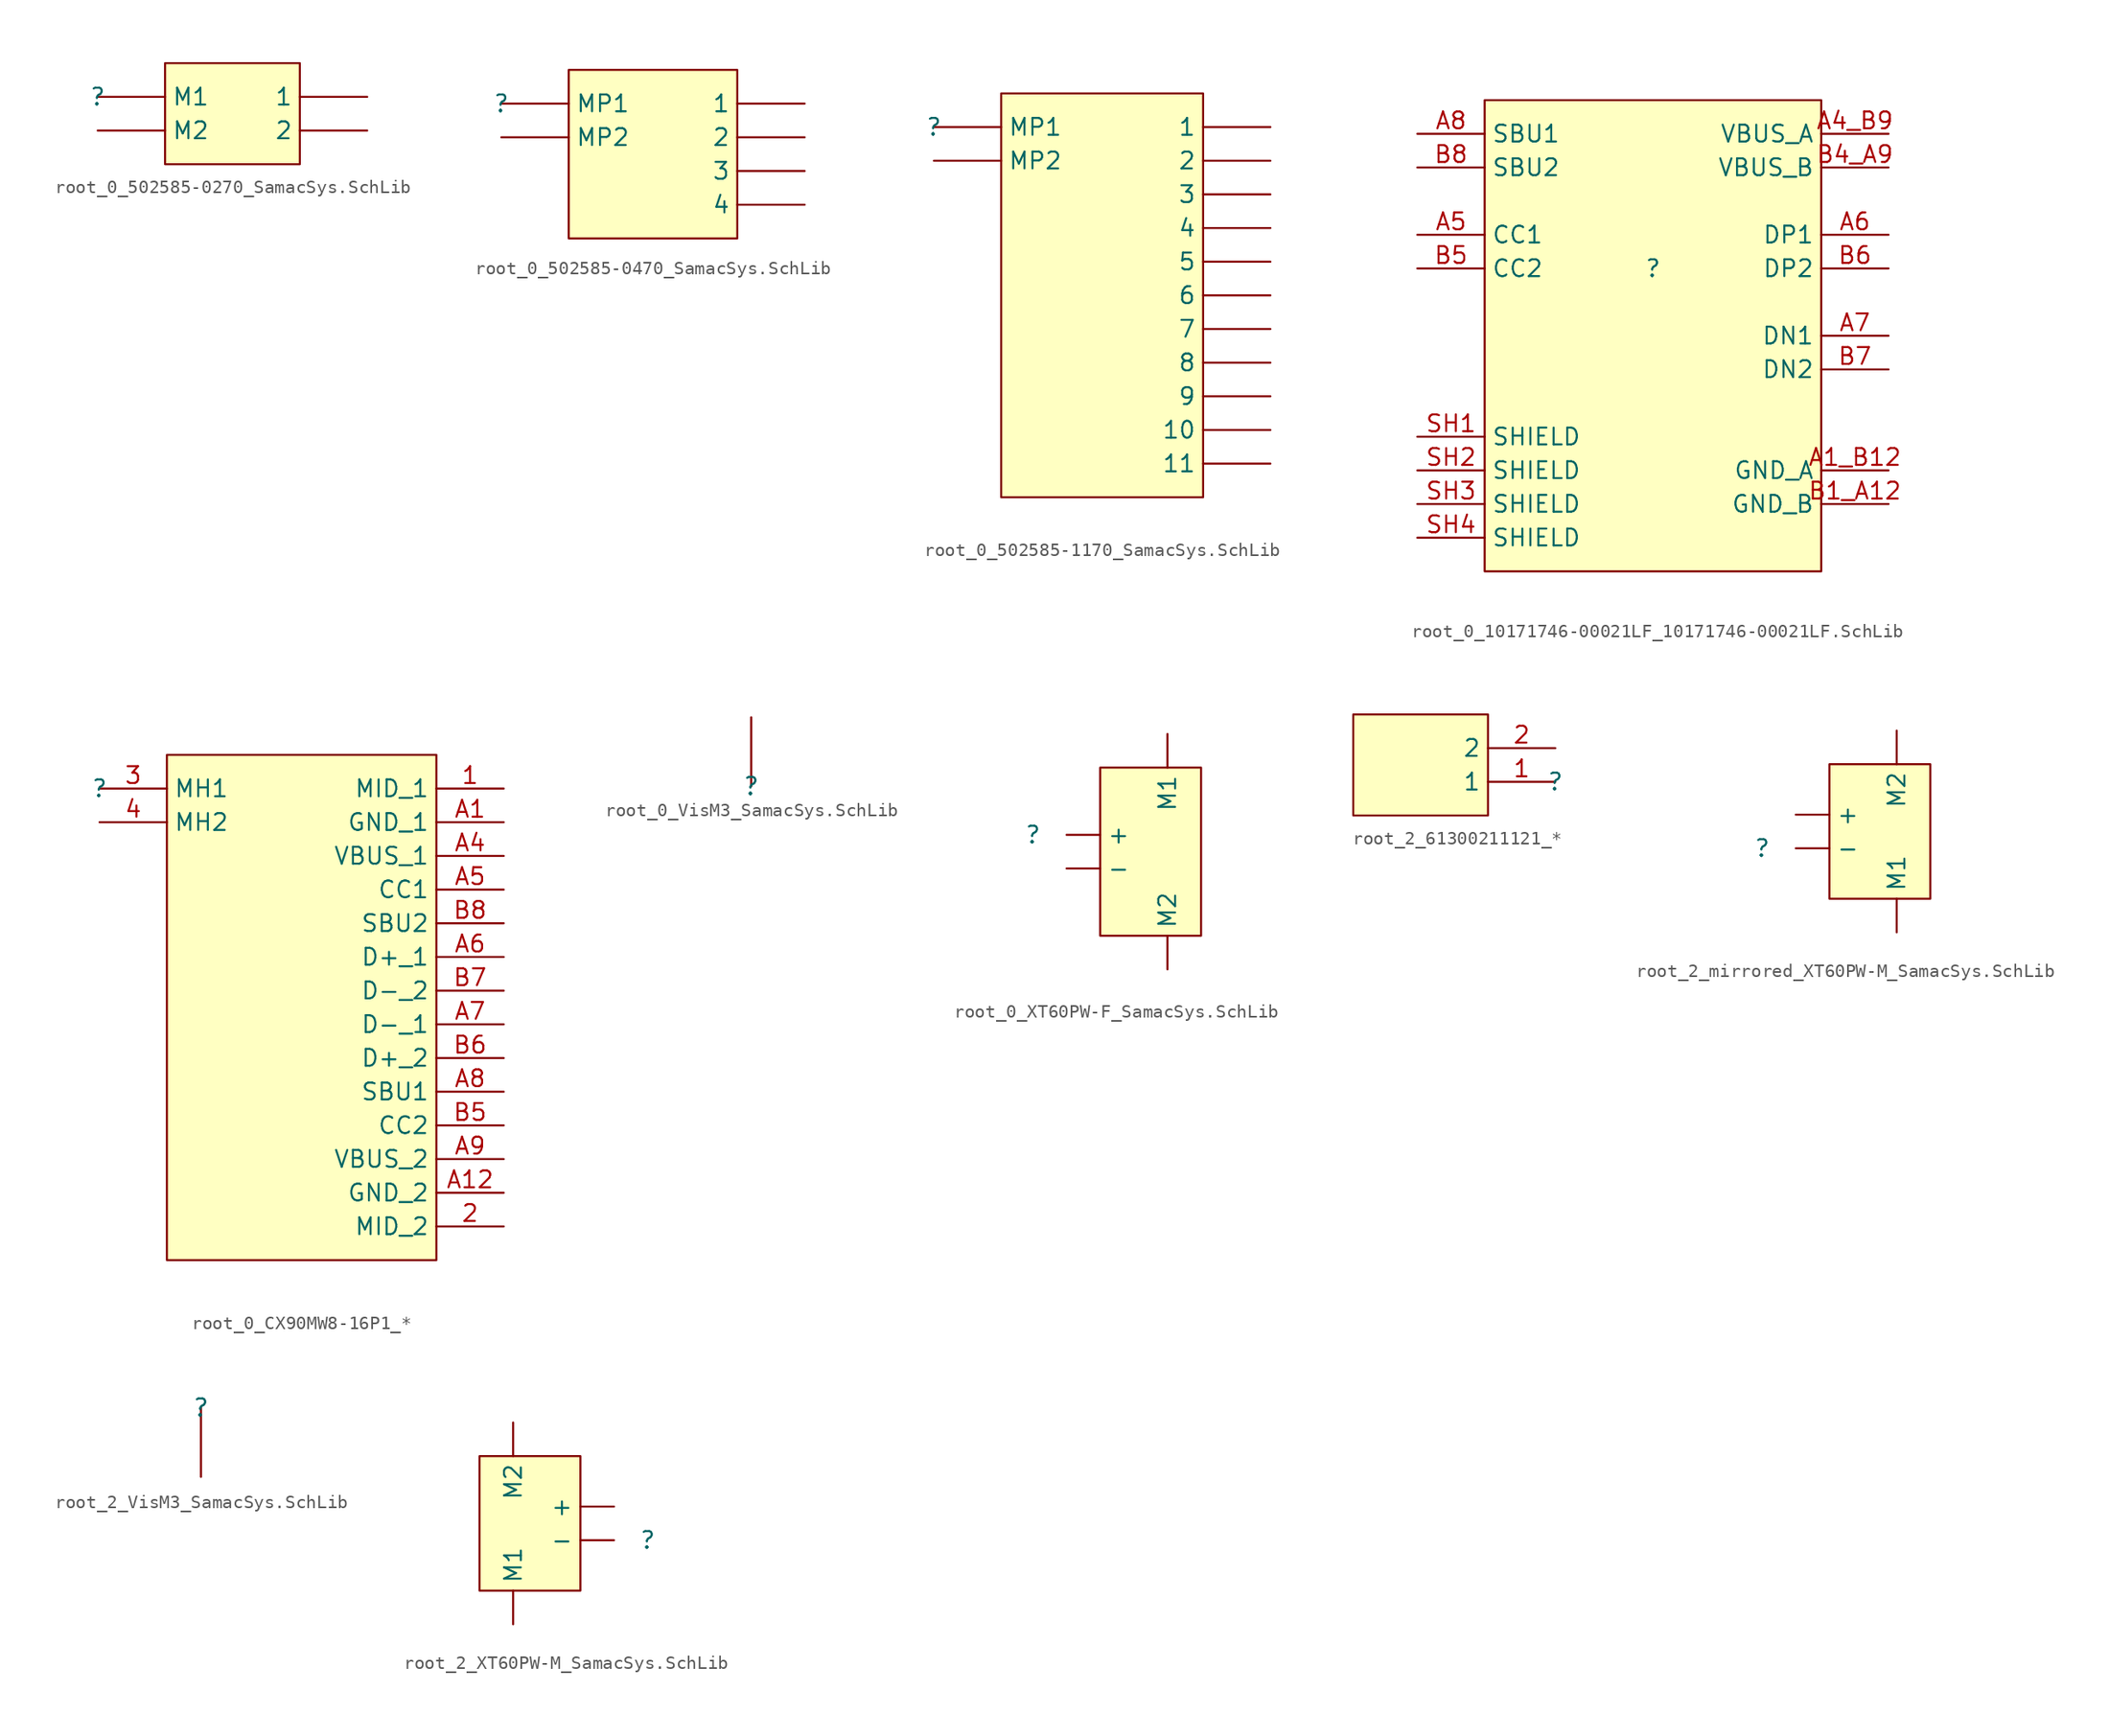
<source format=kicad_sym>
(kicad_symbol_lib
  (version 20241209)
  (generator "kicad_symbol_editor")
  (generator_version "9.0")
  (symbol "root_0_502585-0270_SamacSys.SchLib"
    (pin_numbers
      (hide yes))
    (property "Reference" ""
      (at 0 0 0)
      (effects (font (size 1.27 1.27))))
    (property "Value" ""
      (at 0 0 0)
      (effects (font (size 1.27 1.27))))
    (symbol "root_0_502585-0270_SamacSys.SchLib_1_0"
      (rectangle (start 15.24 2.54) (end 5.08 -5.08) (stroke (width 0) (type solid) (color 128 0 0 1)) (fill (type background)))
      (pin passive line (at 0 0 0) (length 5.08) (name "M1" (effects (font (size 1.27 1.27)))) (number "M1" (effects (font (size 1.27 1.27)))))
      (pin passive line (at 0 -2.54 0) (length 5.08) (name "M2" (effects (font (size 1.27 1.27)))) (number "M2" (effects (font (size 1.27 1.27)))))
      (pin passive line (at 20.32 0 180) (length 5.08) (name "1" (effects (font (size 1.27 1.27)))) (number "1" (effects (font (size 1.27 1.27)))))
      (pin passive line (at 20.32 -2.54 180) (length 5.08) (name "2" (effects (font (size 1.27 1.27)))) (number "2" (effects (font (size 1.27 1.27)))))))
  (symbol "root_0_502585-0470_SamacSys.SchLib"
    (pin_numbers
      (hide yes))
    (property "Reference" ""
      (at 0 0 0)
      (effects (font (size 1.27 1.27))))
    (property "Value" ""
      (at 0 0 0)
      (effects (font (size 1.27 1.27))))
    (symbol "root_0_502585-0470_SamacSys.SchLib_1_0"
      (rectangle (start 17.78 2.54) (end 5.08 -10.16) (stroke (width 0) (type solid) (color 128 0 0 1)) (fill (type background)))
      (pin passive line (at 0 0 0) (length 5.08) (name "MP1" (effects (font (size 1.27 1.27)))) (number "MP1" (effects (font (size 1.27 1.27)))))
      (pin passive line (at 0 -2.54 0) (length 5.08) (name "MP2" (effects (font (size 1.27 1.27)))) (number "MP2" (effects (font (size 1.27 1.27)))))
      (pin passive line (at 22.86 0 180) (length 5.08) (name "1" (effects (font (size 1.27 1.27)))) (number "1" (effects (font (size 1.27 1.27)))))
      (pin passive line (at 22.86 -2.54 180) (length 5.08) (name "2" (effects (font (size 1.27 1.27)))) (number "2" (effects (font (size 1.27 1.27)))))
      (pin passive line (at 22.86 -5.08 180) (length 5.08) (name "3" (effects (font (size 1.27 1.27)))) (number "3" (effects (font (size 1.27 1.27)))))
      (pin passive line (at 22.86 -7.62 180) (length 5.08) (name "4" (effects (font (size 1.27 1.27)))) (number "4" (effects (font (size 1.27 1.27)))))))
  (symbol "root_0_502585-1170_SamacSys.SchLib"
    (pin_numbers
      (hide yes))
    (property "Reference" ""
      (at 0 0 0)
      (effects (font (size 1.27 1.27))))
    (property "Value" ""
      (at 0 0 0)
      (effects (font (size 1.27 1.27))))
    (symbol "root_0_502585-1170_SamacSys.SchLib_1_0"
      (rectangle (start 20.32 2.54) (end 5.08 -27.94) (stroke (width 0) (type solid) (color 128 0 0 1)) (fill (type background)))
      (pin passive line (at 0 0 0) (length 5.08) (name "MP1" (effects (font (size 1.27 1.27)))) (number "MP1" (effects (font (size 1.27 1.27)))))
      (pin passive line (at 0 -2.54 0) (length 5.08) (name "MP2" (effects (font (size 1.27 1.27)))) (number "MP2" (effects (font (size 1.27 1.27)))))
      (pin passive line (at 25.4 0 180) (length 5.08) (name "1" (effects (font (size 1.27 1.27)))) (number "1" (effects (font (size 1.27 1.27)))))
      (pin passive line (at 25.4 -2.54 180) (length 5.08) (name "2" (effects (font (size 1.27 1.27)))) (number "2" (effects (font (size 1.27 1.27)))))
      (pin passive line (at 25.4 -5.08 180) (length 5.08) (name "3" (effects (font (size 1.27 1.27)))) (number "3" (effects (font (size 1.27 1.27)))))
      (pin passive line (at 25.4 -7.62 180) (length 5.08) (name "4" (effects (font (size 1.27 1.27)))) (number "4" (effects (font (size 1.27 1.27)))))
      (pin passive line (at 25.4 -10.16 180) (length 5.08) (name "5" (effects (font (size 1.27 1.27)))) (number "5" (effects (font (size 1.27 1.27)))))
      (pin passive line (at 25.4 -12.7 180) (length 5.08) (name "6" (effects (font (size 1.27 1.27)))) (number "6" (effects (font (size 1.27 1.27)))))
      (pin passive line (at 25.4 -15.24 180) (length 5.08) (name "7" (effects (font (size 1.27 1.27)))) (number "7" (effects (font (size 1.27 1.27)))))
      (pin passive line (at 25.4 -17.78 180) (length 5.08) (name "8" (effects (font (size 1.27 1.27)))) (number "8" (effects (font (size 1.27 1.27)))))
      (pin passive line (at 25.4 -20.32 180) (length 5.08) (name "9" (effects (font (size 1.27 1.27)))) (number "9" (effects (font (size 1.27 1.27)))))
      (pin passive line (at 25.4 -22.86 180) (length 5.08) (name "10" (effects (font (size 1.27 1.27)))) (number "10" (effects (font (size 1.27 1.27)))))
      (pin passive line (at 25.4 -25.4 180) (length 5.08) (name "11" (effects (font (size 1.27 1.27)))) (number "11" (effects (font (size 1.27 1.27)))))))
  (symbol "root_0_10171746-00021LF_10171746-00021LF.SchLib"
    (property "Reference" ""
      (at 0 0 0)
      (effects (font (size 1.27 1.27))))
    (property "Value" ""
      (at 0 0 0)
      (effects (font (size 1.27 1.27))))
    (symbol "root_0_10171746-00021LF_10171746-00021LF.SchLib_1_0"
      (rectangle (start 12.7 12.7) (end -12.7 -22.86) (stroke (width 0) (type solid) (color 128 0 0 1)) (fill (type background)))
      (pin bidirectional line (at -17.78 10.16 0) (length 5.08) (name "SBU1" (effects (font (size 1.27 1.27)))) (number "A8" (effects (font (size 1.27 1.27)))))
      (pin bidirectional line (at -17.78 7.62 0) (length 5.08) (name "SBU2" (effects (font (size 1.27 1.27)))) (number "B8" (effects (font (size 1.27 1.27)))))
      (pin bidirectional line (at -17.78 2.54 0) (length 5.08) (name "CC1" (effects (font (size 1.27 1.27)))) (number "A5" (effects (font (size 1.27 1.27)))))
      (pin bidirectional line (at -17.78 0 0) (length 5.08) (name "CC2" (effects (font (size 1.27 1.27)))) (number "B5" (effects (font (size 1.27 1.27)))))
      (pin passive line (at -17.78 -12.7 0) (length 5.08) (name "SHIELD" (effects (font (size 1.27 1.27)))) (number "SH1" (effects (font (size 1.27 1.27)))))
      (pin passive line (at -17.78 -15.24 0) (length 5.08) (name "SHIELD" (effects (font (size 1.27 1.27)))) (number "SH2" (effects (font (size 1.27 1.27)))))
      (pin passive line (at -17.78 -17.78 0) (length 5.08) (name "SHIELD" (effects (font (size 1.27 1.27)))) (number "SH3" (effects (font (size 1.27 1.27)))))
      (pin passive line (at -17.78 -20.32 0) (length 5.08) (name "SHIELD" (effects (font (size 1.27 1.27)))) (number "SH4" (effects (font (size 1.27 1.27)))))
      (pin power_in line (at 17.78 10.16 180) (length 5.08) (name "VBUS_A" (effects (font (size 1.27 1.27)))) (number "A4_B9" (effects (font (size 1.27 1.27)))))
      (pin power_in line (at 17.78 7.62 180) (length 5.08) (name "VBUS_B" (effects (font (size 1.27 1.27)))) (number "B4_A9" (effects (font (size 1.27 1.27)))))
      (pin bidirectional line (at 17.78 2.54 180) (length 5.08) (name "DP1" (effects (font (size 1.27 1.27)))) (number "A6" (effects (font (size 1.27 1.27)))))
      (pin bidirectional line (at 17.78 0 180) (length 5.08) (name "DP2" (effects (font (size 1.27 1.27)))) (number "B6" (effects (font (size 1.27 1.27)))))
      (pin bidirectional line (at 17.78 -5.08 180) (length 5.08) (name "DN1" (effects (font (size 1.27 1.27)))) (number "A7" (effects (font (size 1.27 1.27)))))
      (pin bidirectional line (at 17.78 -7.62 180) (length 5.08) (name "DN2" (effects (font (size 1.27 1.27)))) (number "B7" (effects (font (size 1.27 1.27)))))
      (pin power_in line (at 17.78 -15.24 180) (length 5.08) (name "GND_A" (effects (font (size 1.27 1.27)))) (number "A1_B12" (effects (font (size 1.27 1.27)))))
      (pin power_in line (at 17.78 -17.78 180) (length 5.08) (name "GND_B" (effects (font (size 1.27 1.27)))) (number "B1_A12" (effects (font (size 1.27 1.27)))))))
  (symbol "root_0_CX90MW8-16P1_*"
    (property "Reference" ""
      (at 0 0 0)
      (effects (font (size 1.27 1.27))))
    (property "Value" ""
      (at 0 0 0)
      (effects (font (size 1.27 1.27))))
    (symbol "root_0_CX90MW8-16P1_*_1_0"
      (rectangle (start 25.4 2.54) (end 5.08 -35.56) (stroke (width 0) (type solid) (color 128 0 0 1)) (fill (type background)))
      (pin passive line (at 0 0 0) (length 5.08) (name "MH1" (effects (font (size 1.27 1.27)))) (number "3" (effects (font (size 1.27 1.27)))))
      (pin passive line (at 0 -2.54 0) (length 5.08) (name "MH2" (effects (font (size 1.27 1.27)))) (number "4" (effects (font (size 1.27 1.27)))))
      (pin passive line (at 30.48 0 180) (length 5.08) (name "MID_1" (effects (font (size 1.27 1.27)))) (number "1" (effects (font (size 1.27 1.27)))))
      (pin passive line (at 30.48 -2.54 180) (length 5.08) (name "GND_1" (effects (font (size 1.27 1.27)))) (number "A1" (effects (font (size 1.27 1.27)))))
      (pin passive line (at 30.48 -5.08 180) (length 5.08) (name "VBUS_1" (effects (font (size 1.27 1.27)))) (number "A4" (effects (font (size 1.27 1.27)))))
      (pin passive line (at 30.48 -7.62 180) (length 5.08) (name "CC1" (effects (font (size 1.27 1.27)))) (number "A5" (effects (font (size 1.27 1.27)))))
      (pin passive line (at 30.48 -10.16 180) (length 5.08) (name "SBU2" (effects (font (size 1.27 1.27)))) (number "B8" (effects (font (size 1.27 1.27)))))
      (pin passive line (at 30.48 -12.7 180) (length 5.08) (name "D+_1" (effects (font (size 1.27 1.27)))) (number "A6" (effects (font (size 1.27 1.27)))))
      (pin passive line (at 30.48 -15.24 180) (length 5.08) (name "D-_2" (effects (font (size 1.27 1.27)))) (number "B7" (effects (font (size 1.27 1.27)))))
      (pin passive line (at 30.48 -17.78 180) (length 5.08) (name "D-_1" (effects (font (size 1.27 1.27)))) (number "A7" (effects (font (size 1.27 1.27)))))
      (pin passive line (at 30.48 -20.32 180) (length 5.08) (name "D+_2" (effects (font (size 1.27 1.27)))) (number "B6" (effects (font (size 1.27 1.27)))))
      (pin passive line (at 30.48 -22.86 180) (length 5.08) (name "SBU1" (effects (font (size 1.27 1.27)))) (number "A8" (effects (font (size 1.27 1.27)))))
      (pin passive line (at 30.48 -25.4 180) (length 5.08) (name "CC2" (effects (font (size 1.27 1.27)))) (number "B5" (effects (font (size 1.27 1.27)))))
      (pin passive line (at 30.48 -27.94 180) (length 5.08) (name "VBUS_2" (effects (font (size 1.27 1.27)))) (number "A9" (effects (font (size 1.27 1.27)))))
      (pin passive line (at 30.48 -30.48 180) (length 5.08) (name "GND_2" (effects (font (size 1.27 1.27)))) (number "A12" (effects (font (size 1.27 1.27)))))
      (pin passive line (at 30.48 -33.02 180) (length 5.08) (name "MID_2" (effects (font (size 1.27 1.27)))) (number "2" (effects (font (size 1.27 1.27)))))))
  (symbol "root_0_VisM3_SamacSys.SchLib"
    (pin_numbers
      (hide yes))
    (pin_names
      (hide yes))
    (property "Reference" ""
      (at 0 0 0)
      (effects (font (size 1.27 1.27))))
    (property "Value" ""
      (at 0 0 0)
      (effects (font (size 1.27 1.27))))
    (symbol "root_0_VisM3_SamacSys.SchLib_1_0"
      (pin passive line (at 0 5.08 270) (length 5.08) (name "M1" (effects (font (size 1.27 1.27)))) (number "M1" (effects (font (size 1.27 1.27)))))))
  (symbol "root_0_XT60PW-F_SamacSys.SchLib"
    (pin_numbers
      (hide yes))
    (property "Reference" ""
      (at 0 0 0)
      (effects (font (size 1.27 1.27))))
    (property "Value" ""
      (at 0 0 0)
      (effects (font (size 1.27 1.27))))
    (symbol "root_0_XT60PW-F_SamacSys.SchLib_1_0"
      (rectangle (start 12.7 5.08) (end 5.08 -7.62) (stroke (width 0) (type solid) (color 128 0 0 1)) (fill (type background)))
      (pin passive line (at 2.54 0 0) (length 2.54) (name "+" (effects (font (size 1.27 1.27)))) (number "1" (effects (font (size 1.27 1.27)))))
      (pin passive line (at 2.54 -2.54 0) (length 2.54) (name "-" (effects (font (size 1.27 1.27)))) (number "2" (effects (font (size 1.27 1.27)))))
      (pin passive line (at 10.16 7.62 270) (length 2.54) (name "M1" (effects (font (size 1.27 1.27)))) (number "3" (effects (font (size 1.27 1.27)))))
      (pin passive line (at 10.16 -10.16 90) (length 2.54) (name "M2" (effects (font (size 1.27 1.27)))) (number "4" (effects (font (size 1.27 1.27)))))))
  (symbol "root_2_61300211121_*"
    (property "Reference" ""
      (at 0 0 0)
      (effects (font (size 1.27 1.27))))
    (property "Value" ""
      (at 0 0 0)
      (effects (font (size 1.27 1.27))))
    (symbol "root_2_61300211121_*_1_0"
      (rectangle (start -5.08 5.08) (end -15.24 -2.54) (stroke (width 0) (type solid) (color 128 0 0 1)) (fill (type background)))
      (pin passive line (at 0 2.54 180) (length 5.08) (name "2" (effects (font (size 1.27 1.27)))) (number "2" (effects (font (size 1.27 1.27)))))
      (pin passive line (at 0 0 180) (length 5.08) (name "1" (effects (font (size 1.27 1.27)))) (number "1" (effects (font (size 1.27 1.27)))))))
  (symbol "root_2_mirrored_XT60PW-M_SamacSys.SchLib"
    (pin_numbers
      (hide yes))
    (property "Reference" ""
      (at 0 0 0)
      (effects (font (size 1.27 1.27))))
    (property "Value" ""
      (at 0 0 0)
      (effects (font (size 1.27 1.27))))
    (symbol "root_2_mirrored_XT60PW-M_SamacSys.SchLib_1_0"
      (rectangle (start 12.7 6.35) (end 5.08 -3.81) (stroke (width 0) (type solid) (color 128 0 0 1)) (fill (type background)))
      (pin passive line (at 2.54 2.54 0) (length 2.54) (name "+" (effects (font (size 1.27 1.27)))) (number "2" (effects (font (size 1.27 1.27)))))
      (pin passive line (at 2.54 0 0) (length 2.54) (name "-" (effects (font (size 1.27 1.27)))) (number "1" (effects (font (size 1.27 1.27)))))
      (pin passive line (at 10.16 8.89 270) (length 2.54) (name "M2" (effects (font (size 1.27 1.27)))) (number "M2" (effects (font (size 1.27 1.27)))))
      (pin passive line (at 10.16 -6.35 90) (length 2.54) (name "M1" (effects (font (size 1.27 1.27)))) (number "M1" (effects (font (size 1.27 1.27)))))))
  (symbol "root_2_VisM3_SamacSys.SchLib"
    (pin_numbers
      (hide yes))
    (pin_names
      (hide yes))
    (property "Reference" ""
      (at 0 0 0)
      (effects (font (size 1.27 1.27))))
    (property "Value" ""
      (at 0 0 0)
      (effects (font (size 1.27 1.27))))
    (symbol "root_2_VisM3_SamacSys.SchLib_1_0"
      (pin passive line (at 0 -5.08 90) (length 5.08) (name "M1" (effects (font (size 1.27 1.27)))) (number "1" (effects (font (size 1.27 1.27)))))))
  (symbol "root_2_XT60PW-M_SamacSys.SchLib"
    (pin_numbers
      (hide yes))
    (property "Reference" ""
      (at 0 0 0)
      (effects (font (size 1.27 1.27))))
    (property "Value" ""
      (at 0 0 0)
      (effects (font (size 1.27 1.27))))
    (symbol "root_2_XT60PW-M_SamacSys.SchLib_1_0"
      (rectangle (start -5.08 6.35) (end -12.7 -3.81) (stroke (width 0) (type solid) (color 128 0 0 1)) (fill (type background)))
      (pin passive line (at -10.16 8.89 270) (length 2.54) (name "M2" (effects (font (size 1.27 1.27)))) (number "M2" (effects (font (size 1.27 1.27)))))
      (pin passive line (at -10.16 -6.35 90) (length 2.54) (name "M1" (effects (font (size 1.27 1.27)))) (number "M1" (effects (font (size 1.27 1.27)))))
      (pin passive line (at -2.54 2.54 180) (length 2.54) (name "+" (effects (font (size 1.27 1.27)))) (number "2" (effects (font (size 1.27 1.27)))))
      (pin passive line (at -2.54 0 180) (length 2.54) (name "-" (effects (font (size 1.27 1.27)))) (number "1" (effects (font (size 1.27 1.27))))))))
</source>
